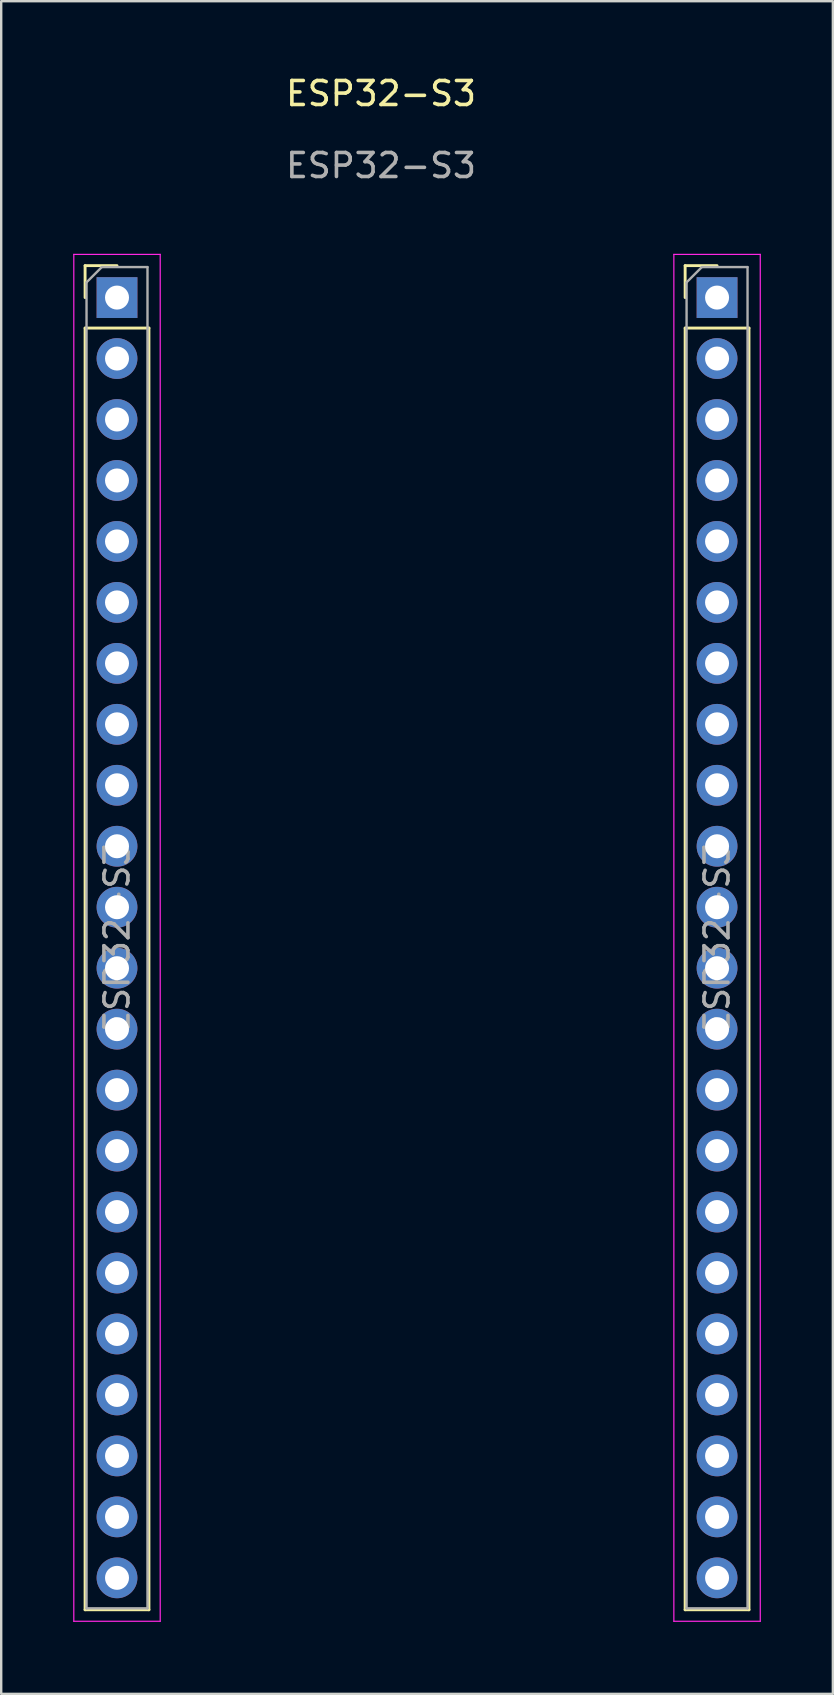
<source format=kicad_pcb>
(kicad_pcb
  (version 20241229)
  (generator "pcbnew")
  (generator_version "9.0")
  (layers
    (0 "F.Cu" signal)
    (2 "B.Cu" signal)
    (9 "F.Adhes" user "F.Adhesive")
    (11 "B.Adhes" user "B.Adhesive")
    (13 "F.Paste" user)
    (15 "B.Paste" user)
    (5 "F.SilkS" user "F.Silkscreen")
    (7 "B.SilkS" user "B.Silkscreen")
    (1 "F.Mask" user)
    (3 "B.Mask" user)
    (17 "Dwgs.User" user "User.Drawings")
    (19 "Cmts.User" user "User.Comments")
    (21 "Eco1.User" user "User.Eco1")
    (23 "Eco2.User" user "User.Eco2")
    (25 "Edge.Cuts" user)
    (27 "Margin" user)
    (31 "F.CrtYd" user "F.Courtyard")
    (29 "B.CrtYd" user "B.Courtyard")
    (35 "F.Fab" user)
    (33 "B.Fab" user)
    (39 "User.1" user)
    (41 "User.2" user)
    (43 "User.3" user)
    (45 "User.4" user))
  (footprint "ESP32-S3"
    (layer "F.Cu")
    (at 12.825 1.348)
    (property "Reference" "ESP32-S3" (at 0 -0.5 0) (unlocked yes) (layer "F.SilkS") (effects (font (size 1 1) (thickness 0.15))))
    (attr through_hole)
    (fp_line (start -12.33 6.67) (end -11 6.67) (stroke (width 0.12) (type solid)) (layer "F.SilkS"))
    (fp_line (start -12.33 8) (end -12.33 6.67) (stroke (width 0.12) (type solid)) (layer "F.SilkS"))
    (fp_line (start -12.33 9.27) (end -12.33 62.67) (stroke (width 0.12) (type solid)) (layer "F.SilkS"))
    (fp_line (start -12.33 9.27) (end -9.67 9.27) (stroke (width 0.12) (type solid)) (layer "F.SilkS"))
    (fp_line (start -12.33 62.67) (end -9.67 62.67) (stroke (width 0.12) (type solid)) (layer "F.SilkS"))
    (fp_line (start -9.67 9.27) (end -9.67 62.67) (stroke (width 0.12) (type solid)) (layer "F.SilkS"))
    (fp_line (start 12.67 6.67) (end 14 6.67) (stroke (width 0.12) (type solid)) (layer "F.SilkS"))
    (fp_line (start 12.67 8) (end 12.67 6.67) (stroke (width 0.12) (type solid)) (layer "F.SilkS"))
    (fp_line (start 12.67 9.27) (end 12.67 62.67) (stroke (width 0.12) (type solid)) (layer "F.SilkS"))
    (fp_line (start 12.67 9.27) (end 15.33 9.27) (stroke (width 0.12) (type solid)) (layer "F.SilkS"))
    (fp_line (start 12.67 62.67) (end 15.33 62.67) (stroke (width 0.12) (type solid)) (layer "F.SilkS"))
    (fp_line (start 15.33 9.27) (end 15.33 62.67) (stroke (width 0.12) (type solid)) (layer "F.SilkS"))
    (fp_line (start -12.8 6.2) (end -12.8 63.15) (stroke (width 0.05) (type solid)) (layer "F.CrtYd"))
    (fp_line (start -12.8 63.15) (end -9.2 63.15) (stroke (width 0.05) (type solid)) (layer "F.CrtYd"))
    (fp_line (start -9.2 6.2) (end -12.8 6.2) (stroke (width 0.05) (type solid)) (layer "F.CrtYd"))
    (fp_line (start -9.2 63.15) (end -9.2 6.2) (stroke (width 0.05) (type solid)) (layer "F.CrtYd"))
    (fp_line (start 12.2 6.2) (end 12.2 63.15) (stroke (width 0.05) (type solid)) (layer "F.CrtYd"))
    (fp_line (start 12.2 63.15) (end 15.8 63.15) (stroke (width 0.05) (type solid)) (layer "F.CrtYd"))
    (fp_line (start 15.8 6.2) (end 12.2 6.2) (stroke (width 0.05) (type solid)) (layer "F.CrtYd"))
    (fp_line (start 15.8 63.15) (end 15.8 6.2) (stroke (width 0.05) (type solid)) (layer "F.CrtYd"))
    (fp_line (start -12.27 7.365) (end -11.635 6.73) (stroke (width 0.1) (type solid)) (layer "F.Fab"))
    (fp_line (start -12.27 62.61) (end -12.27 7.365) (stroke (width 0.1) (type solid)) (layer "F.Fab"))
    (fp_line (start -11.635 6.73) (end -9.73 6.73) (stroke (width 0.1) (type solid)) (layer "F.Fab"))
    (fp_line (start -9.73 6.73) (end -9.73 62.61) (stroke (width 0.1) (type solid)) (layer "F.Fab"))
    (fp_line (start -9.73 62.61) (end -12.27 62.61) (stroke (width 0.1) (type solid)) (layer "F.Fab"))
    (fp_line (start 12.73 7.365) (end 13.365 6.73) (stroke (width 0.1) (type solid)) (layer "F.Fab"))
    (fp_line (start 12.73 62.61) (end 12.73 7.365) (stroke (width 0.1) (type solid)) (layer "F.Fab"))
    (fp_line (start 13.365 6.73) (end 15.27 6.73) (stroke (width 0.1) (type solid)) (layer "F.Fab"))
    (fp_line (start 15.27 6.73) (end 15.27 62.61) (stroke (width 0.1) (type solid)) (layer "F.Fab"))
    (fp_line (start 15.27 62.61) (end 12.73 62.61) (stroke (width 0.1) (type solid)) (layer "F.Fab"))
    (fp_text user "${REFERENCE}" (at 0 2.5 0) (unlocked yes) (layer "F.Fab") (effects (font (size 1 1) (thickness 0.15))))
    (fp_text user "${REFERENCE}" (at -11 34.67 90) (layer "F.Fab") (effects (font (size 1 1) (thickness 0.15))))
    (fp_text user "${REFERENCE}" (at 14 34.67 90) (layer "F.Fab") (effects (font (size 1 1) (thickness 0.15))))
    (pad "1" thru_hole rect (at -11 8) (size 1.7 1.7) (drill 1) (layers "*.Cu" "*.Mask"))
    (pad "2" thru_hole oval (at -11 10.54) (size 1.7 1.7) (drill 1) (layers "*.Cu" "*.Mask"))
    (pad "3" thru_hole oval (at -11 13.08) (size 1.7 1.7) (drill 1) (layers "*.Cu" "*.Mask"))
    (pad "4" thru_hole oval (at -11 15.62) (size 1.7 1.7) (drill 1) (layers "*.Cu" "*.Mask"))
    (pad "5" thru_hole oval (at -11 18.16) (size 1.7 1.7) (drill 1) (layers "*.Cu" "*.Mask"))
    (pad "6" thru_hole oval (at -11 20.7) (size 1.7 1.7) (drill 1) (layers "*.Cu" "*.Mask"))
    (pad "7" thru_hole oval (at -11 23.24) (size 1.7 1.7) (drill 1) (layers "*.Cu" "*.Mask"))
    (pad "8" thru_hole oval (at -11 25.78) (size 1.7 1.7) (drill 1) (layers "*.Cu" "*.Mask"))
    (pad "9" thru_hole oval (at -11 28.32) (size 1.7 1.7) (drill 1) (layers "*.Cu" "*.Mask"))
    (pad "10" thru_hole oval (at -11 30.86) (size 1.7 1.7) (drill 1) (layers "*.Cu" "*.Mask"))
    (pad "11" thru_hole oval (at -11 33.4) (size 1.7 1.7) (drill 1) (layers "*.Cu" "*.Mask"))
    (pad "12" thru_hole oval (at -11 35.94) (size 1.7 1.7) (drill 1) (layers "*.Cu" "*.Mask"))
    (pad "13" thru_hole oval (at -11 38.48) (size 1.7 1.7) (drill 1) (layers "*.Cu" "*.Mask"))
    (pad "14" thru_hole oval (at -11 41.02) (size 1.7 1.7) (drill 1) (layers "*.Cu" "*.Mask"))
    (pad "15" thru_hole oval (at -11 43.56) (size 1.7 1.7) (drill 1) (layers "*.Cu" "*.Mask"))
    (pad "16" thru_hole oval (at -11 46.1) (size 1.7 1.7) (drill 1) (layers "*.Cu" "*.Mask"))
    (pad "17" thru_hole oval (at -11 48.64) (size 1.7 1.7) (drill 1) (layers "*.Cu" "*.Mask"))
    (pad "18" thru_hole oval (at -11 51.18) (size 1.7 1.7) (drill 1) (layers "*.Cu" "*.Mask"))
    (pad "19" thru_hole oval (at -11 53.72) (size 1.7 1.7) (drill 1) (layers "*.Cu" "*.Mask"))
    (pad "20" thru_hole oval (at -11 56.26) (size 1.7 1.7) (drill 1) (layers "*.Cu" "*.Mask"))
    (pad "21" thru_hole oval (at -11 58.8) (size 1.7 1.7) (drill 1) (layers "*.Cu" "*.Mask"))
    (pad "22" thru_hole oval (at -11 61.34) (size 1.7 1.7) (drill 1) (layers "*.Cu" "*.Mask"))
    (pad "23" thru_hole oval (at 14 61.34) (size 1.7 1.7) (drill 1) (layers "*.Cu" "*.Mask"))
    (pad "24" thru_hole oval (at 14 58.8) (size 1.7 1.7) (drill 1) (layers "*.Cu" "*.Mask"))
    (pad "25" thru_hole oval (at 14 56.26) (size 1.7 1.7) (drill 1) (layers "*.Cu" "*.Mask"))
    (pad "26" thru_hole oval (at 14 53.72) (size 1.7 1.7) (drill 1) (layers "*.Cu" "*.Mask"))
    (pad "27" thru_hole oval (at 14 51.18) (size 1.7 1.7) (drill 1) (layers "*.Cu" "*.Mask"))
    (pad "28" thru_hole oval (at 14 48.64) (size 1.7 1.7) (drill 1) (layers "*.Cu" "*.Mask"))
    (pad "29" thru_hole oval (at 14 46.1) (size 1.7 1.7) (drill 1) (layers "*.Cu" "*.Mask"))
    (pad "30" thru_hole oval (at 14 43.56) (size 1.7 1.7) (drill 1) (layers "*.Cu" "*.Mask"))
    (pad "31" thru_hole oval (at 14 41.02) (size 1.7 1.7) (drill 1) (layers "*.Cu" "*.Mask"))
    (pad "32" thru_hole oval (at 14 38.48) (size 1.7 1.7) (drill 1) (layers "*.Cu" "*.Mask"))
    (pad "33" thru_hole oval (at 14 35.94) (size 1.7 1.7) (drill 1) (layers "*.Cu" "*.Mask"))
    (pad "34" thru_hole oval (at 14 33.4) (size 1.7 1.7) (drill 1) (layers "*.Cu" "*.Mask"))
    (pad "35" thru_hole oval (at 14 30.86) (size 1.7 1.7) (drill 1) (layers "*.Cu" "*.Mask"))
    (pad "36" thru_hole oval (at 14 28.32) (size 1.7 1.7) (drill 1) (layers "*.Cu" "*.Mask"))
    (pad "37" thru_hole oval (at 14 25.78) (size 1.7 1.7) (drill 1) (layers "*.Cu" "*.Mask"))
    (pad "38" thru_hole oval (at 14 23.24) (size 1.7 1.7) (drill 1) (layers "*.Cu" "*.Mask"))
    (pad "39" thru_hole oval (at 14 20.7) (size 1.7 1.7) (drill 1) (layers "*.Cu" "*.Mask"))
    (pad "40" thru_hole oval (at 14 18.16) (size 1.7 1.7) (drill 1) (layers "*.Cu" "*.Mask"))
    (pad "41" thru_hole oval (at 14 15.62) (size 1.7 1.7) (drill 1) (layers "*.Cu" "*.Mask"))
    (pad "42" thru_hole oval (at 14 13.08) (size 1.7 1.7) (drill 1) (layers "*.Cu" "*.Mask"))
    (pad "43" thru_hole oval (at 14 10.54) (size 1.7 1.7) (drill 1) (layers "*.Cu" "*.Mask"))
    (pad "44" thru_hole rect (at 14 8) (size 1.7 1.7) (drill 1) (layers "*.Cu" "*.Mask")))
  (gr_rect
    (start -3 -3)
    (end 31.65 67.523)
    (stroke (width 0.1) (type default))
    (fill no)
    (layer "Edge.Cuts")))
</source>
